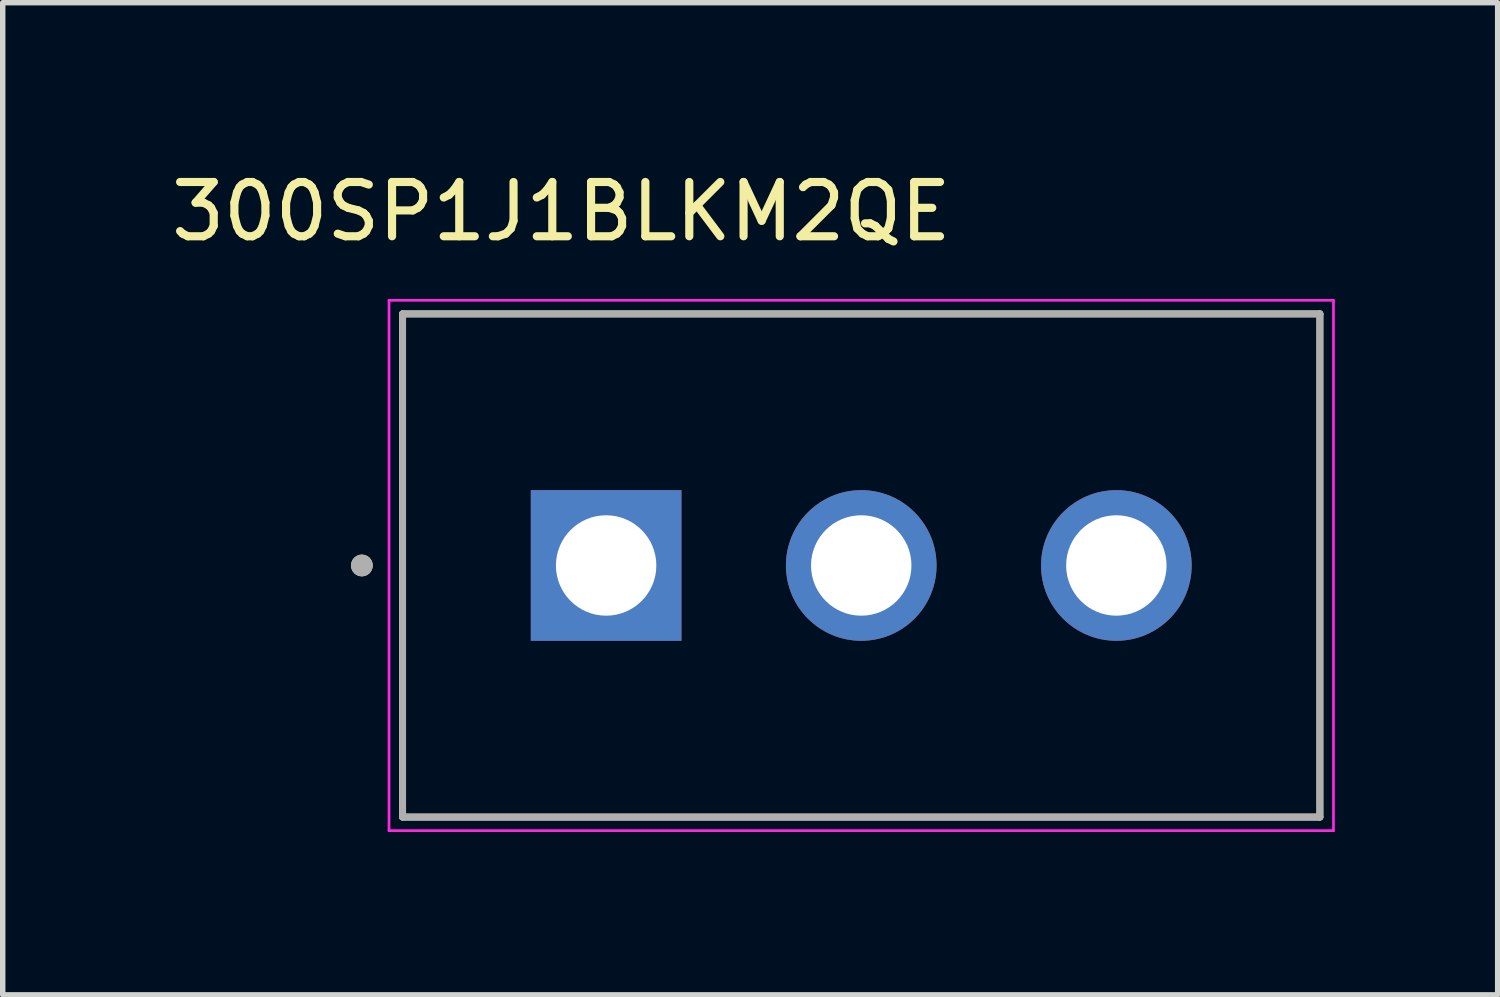
<source format=kicad_pcb>
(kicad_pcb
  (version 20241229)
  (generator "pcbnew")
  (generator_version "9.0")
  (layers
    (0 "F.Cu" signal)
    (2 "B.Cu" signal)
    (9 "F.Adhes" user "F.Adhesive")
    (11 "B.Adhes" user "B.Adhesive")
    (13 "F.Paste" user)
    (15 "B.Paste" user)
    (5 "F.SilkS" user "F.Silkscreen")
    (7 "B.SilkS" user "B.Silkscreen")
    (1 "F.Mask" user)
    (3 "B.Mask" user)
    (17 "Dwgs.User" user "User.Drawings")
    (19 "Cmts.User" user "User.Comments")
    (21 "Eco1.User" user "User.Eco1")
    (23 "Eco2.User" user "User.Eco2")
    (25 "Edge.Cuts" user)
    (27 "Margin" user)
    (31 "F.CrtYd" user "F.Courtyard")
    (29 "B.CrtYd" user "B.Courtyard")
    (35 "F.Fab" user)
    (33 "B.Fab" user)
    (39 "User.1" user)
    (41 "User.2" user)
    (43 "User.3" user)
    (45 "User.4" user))
  (footprint "300SP1J1BLKM2QE"
    (layer "F.Cu")
    (at 12.817 7.368)
    (property "Reference" "300SP1J1BLKM2QE" (at -5.525 -6.52 0) (layer "F.SilkS") (effects (font (size 1 1) (thickness 0.15))))
    (attr through_hole)
    (fp_line (start -8.45 -4.635) (end -8.45 4.635) (stroke (width 0.127) (type solid)) (layer "F.SilkS"))
    (fp_line (start -8.45 4.635) (end 8.45 4.635) (stroke (width 0.127) (type solid)) (layer "F.SilkS"))
    (fp_line (start 8.45 -4.635) (end -8.45 -4.635) (stroke (width 0.127) (type solid)) (layer "F.SilkS"))
    (fp_line (start 8.45 4.635) (end 8.45 -4.635) (stroke (width 0.127) (type solid)) (layer "F.SilkS"))
    (fp_circle (center -9.2 0) (end -9.1 0) (stroke (width 0.2) (type solid)) (fill no) (layer "F.SilkS"))
    (fp_line (start -8.7 -4.885) (end -8.7 4.885) (stroke (width 0.05) (type solid)) (layer "F.CrtYd"))
    (fp_line (start -8.7 4.885) (end 8.7 4.885) (stroke (width 0.05) (type solid)) (layer "F.CrtYd"))
    (fp_line (start 8.7 -4.885) (end -8.7 -4.885) (stroke (width 0.05) (type solid)) (layer "F.CrtYd"))
    (fp_line (start 8.7 4.885) (end 8.7 -4.885) (stroke (width 0.05) (type solid)) (layer "F.CrtYd"))
    (fp_line (start -8.45 -4.635) (end -8.45 4.635) (stroke (width 0.127) (type solid)) (layer "F.Fab"))
    (fp_line (start -8.45 4.635) (end 8.45 4.635) (stroke (width 0.127) (type solid)) (layer "F.Fab"))
    (fp_line (start 8.45 -4.635) (end -8.45 -4.635) (stroke (width 0.127) (type solid)) (layer "F.Fab"))
    (fp_line (start 8.45 4.635) (end 8.45 -4.635) (stroke (width 0.127) (type solid)) (layer "F.Fab"))
    (fp_circle (center -9.2 0) (end -9.1 0) (stroke (width 0.2) (type solid)) (fill no) (layer "F.Fab"))
    (pad "1" thru_hole rect (at -4.7 0) (size 2.775 2.775) (drill 1.85) (layers "*.Cu" "*.Mask"))
    (pad "2" thru_hole circle (at 0 0) (size 2.775 2.775) (drill 1.85) (layers "*.Cu" "*.Mask"))
    (pad "3" thru_hole circle (at 4.7 0) (size 2.775 2.775) (drill 1.85) (layers "*.Cu" "*.Mask")))
  (gr_rect
    (start -3 -3)
    (end 24.542 15.278)
    (stroke (width 0.1) (type default))
    (fill no)
    (layer "Edge.Cuts")))
</source>
